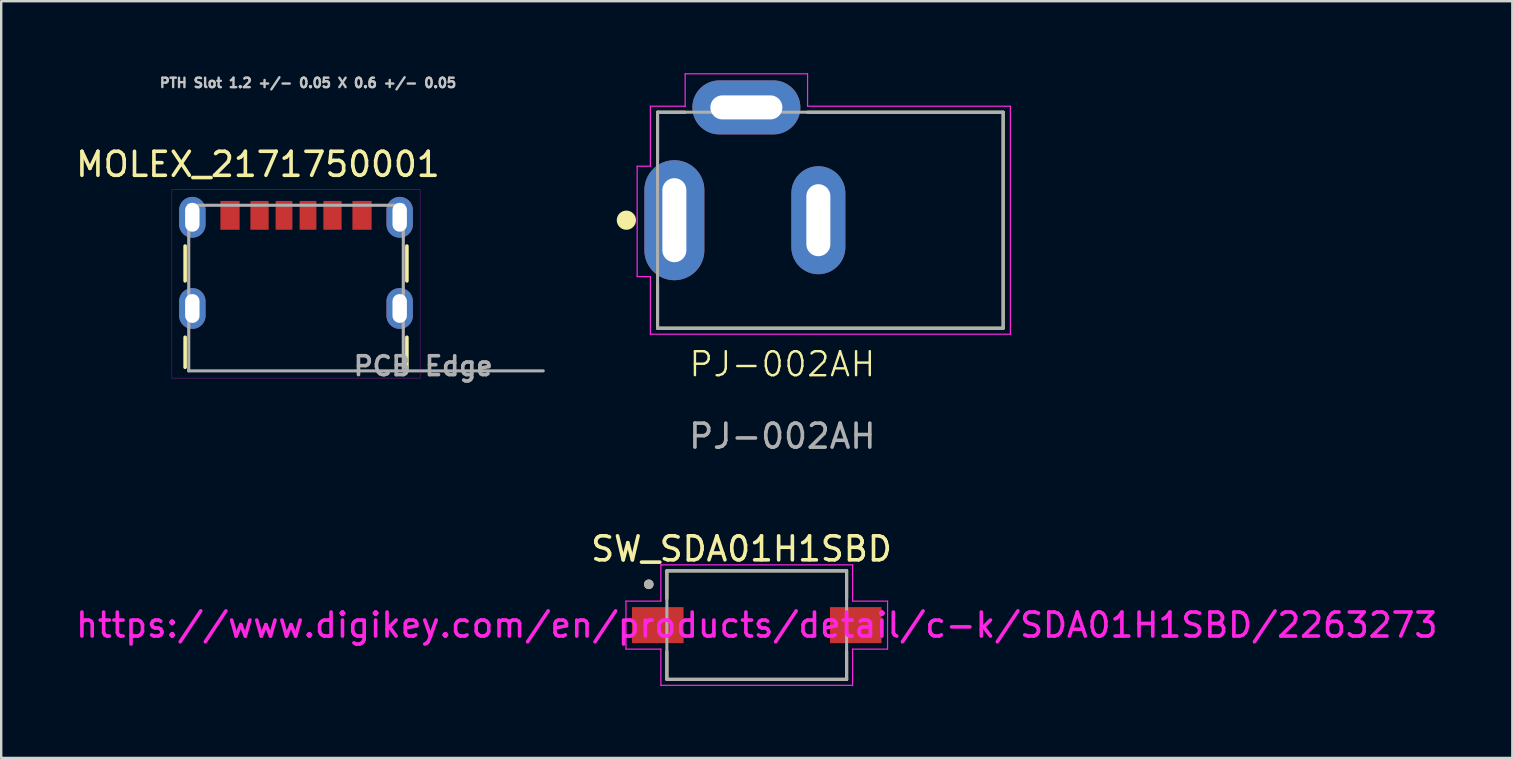
<source format=kicad_pcb>
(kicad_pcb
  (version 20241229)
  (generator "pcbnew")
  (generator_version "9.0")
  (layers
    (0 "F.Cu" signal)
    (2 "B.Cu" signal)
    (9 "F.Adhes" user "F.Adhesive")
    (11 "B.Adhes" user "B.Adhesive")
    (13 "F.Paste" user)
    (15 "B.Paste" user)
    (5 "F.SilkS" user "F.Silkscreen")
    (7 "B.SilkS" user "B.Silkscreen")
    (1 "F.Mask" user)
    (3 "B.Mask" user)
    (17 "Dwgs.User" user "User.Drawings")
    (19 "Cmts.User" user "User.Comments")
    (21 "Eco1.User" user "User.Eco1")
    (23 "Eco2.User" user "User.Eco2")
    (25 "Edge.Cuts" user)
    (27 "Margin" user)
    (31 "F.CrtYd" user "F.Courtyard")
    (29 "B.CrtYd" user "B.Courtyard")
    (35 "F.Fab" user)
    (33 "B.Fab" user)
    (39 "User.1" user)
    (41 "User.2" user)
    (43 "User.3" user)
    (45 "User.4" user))
  (footprint "PJ-002AH"
    (layer "F.Cu")
    (at 29.549 12.625)
    (property "Reference" "PJ-002AH" (at 0 -0.5 0) (unlocked yes) (layer "F.SilkS") (effects (font (size 1 1) (thickness 0.1))))
    (attr smd)
    (fp_line (start -5.2 -11) (end -4.05 -11) (stroke (width 0.127) (type solid)) (layer "F.SilkS"))
    (fp_line (start -5.2 -9.05) (end -5.2 -11) (stroke (width 0.127) (type solid)) (layer "F.SilkS"))
    (fp_line (start -5.2 -2) (end -5.2 -3.85) (stroke (width 0.127) (type solid)) (layer "F.SilkS"))
    (fp_line (start 1.05 -11) (end 9.2 -11) (stroke (width 0.127) (type solid)) (layer "F.SilkS"))
    (fp_line (start 9.2 -11) (end 9.2 -2) (stroke (width 0.127) (type solid)) (layer "F.SilkS"))
    (fp_line (start 9.2 -2) (end -5.2 -2) (stroke (width 0.127) (type solid)) (layer "F.SilkS"))
    (fp_circle (center -6.5 -6.5) (end -6.3 -6.5) (stroke (width 0.4) (type solid)) (fill no) (layer "F.SilkS"))
    (fp_line (start -6.05 -8.75) (end -6.05 -4.15) (stroke (width 0.05) (type solid)) (layer "F.CrtYd"))
    (fp_line (start -6.05 -4.15) (end -5.5 -4.15) (stroke (width 0.05) (type solid)) (layer "F.CrtYd"))
    (fp_line (start -5.5 -11.25) (end -4.05 -11.25) (stroke (width 0.05) (type solid)) (layer "F.CrtYd"))
    (fp_line (start -5.5 -8.75) (end -6.05 -8.75) (stroke (width 0.05) (type solid)) (layer "F.CrtYd"))
    (fp_line (start -5.5 -8.75) (end -5.5 -11.25) (stroke (width 0.05) (type solid)) (layer "F.CrtYd"))
    (fp_line (start -5.5 -1.75) (end -5.5 -4.15) (stroke (width 0.05) (type solid)) (layer "F.CrtYd"))
    (fp_line (start -4.05 -12.6) (end 1.05 -12.6) (stroke (width 0.05) (type solid)) (layer "F.CrtYd"))
    (fp_line (start -4.05 -11.25) (end -4.05 -12.6) (stroke (width 0.05) (type solid)) (layer "F.CrtYd"))
    (fp_line (start 1.05 -12.6) (end 1.05 -11.25) (stroke (width 0.05) (type solid)) (layer "F.CrtYd"))
    (fp_line (start 1.05 -11.25) (end 9.5 -11.25) (stroke (width 0.05) (type solid)) (layer "F.CrtYd"))
    (fp_line (start 9.5 -11.25) (end 9.5 -1.75) (stroke (width 0.05) (type solid)) (layer "F.CrtYd"))
    (fp_line (start 9.5 -1.75) (end -5.5 -1.75) (stroke (width 0.05) (type solid)) (layer "F.CrtYd"))
    (fp_line (start -5.2 -11) (end 9.2 -11) (stroke (width 0.127) (type solid)) (layer "F.Fab"))
    (fp_line (start -5.2 -2) (end -5.2 -11) (stroke (width 0.127) (type solid)) (layer "F.Fab"))
    (fp_line (start 9.2 -11) (end 9.2 -2) (stroke (width 0.127) (type solid)) (layer "F.Fab"))
    (fp_line (start 9.2 -2) (end -5.2 -2) (stroke (width 0.127) (type solid)) (layer "F.Fab"))
    (fp_text user "${REFERENCE}" (at 0 2.5 0) (unlocked yes) (layer "F.Fab") (effects (font (size 1 1) (thickness 0.15))))
    (pad "1" thru_hole oval (at -4.5 -6.5) (size 2.5 5) (drill oval 1 3.5) (layers "*.Cu" "*.Mask"))
    (pad "2" thru_hole oval (at 1.5 -6.5) (size 2.25 4.5) (drill oval 1 3) (layers "*.Cu" "*.Mask"))
    (pad "3" thru_hole oval (at -1.5 -11.2) (size 4.5 2.25) (drill oval 3 1) (layers "*.Cu" "*.Mask")))
  (footprint "SW_SDA01H1SBD"
    (layer "F.Cu")
    (at 28.482 22.997)
    (property "Reference" "SW_SDA01H1SBD" (at -0.635 -3.175 0) (layer "F.SilkS") (effects (font (size 1 1) (thickness 0.15))))
    (property "Digikey" "https://www.digikey.com/en/products/detail/c-k/SDA01H1SBD/2263273" (at 0 0 0) (layer "F.CrtYd") (effects (font (size 1 1) (thickness 0.15))))
    (attr smd)
    (fp_line (start -3.745 -2.26) (end 3.745 -2.26) (stroke (width 0.127) (type solid)) (layer "F.SilkS"))
    (fp_line (start -3.745 -1.1) (end -3.745 -2.26) (stroke (width 0.127) (type solid)) (layer "F.SilkS"))
    (fp_line (start -3.745 1.1) (end -3.745 2.26) (stroke (width 0.127) (type solid)) (layer "F.SilkS"))
    (fp_line (start -3.745 2.26) (end 3.745 2.26) (stroke (width 0.127) (type solid)) (layer "F.SilkS"))
    (fp_line (start 3.745 -2.26) (end 3.745 -1.1) (stroke (width 0.127) (type solid)) (layer "F.SilkS"))
    (fp_line (start 3.745 2.26) (end 3.745 1.1) (stroke (width 0.127) (type solid)) (layer "F.SilkS"))
    (fp_circle (center -4.5 -1.7) (end -4.4 -1.7) (stroke (width 0.2) (type solid)) (fill no) (layer "F.SilkS"))
    (fp_line (start -5.45 -1) (end -3.995 -1) (stroke (width 0.05) (type solid)) (layer "F.CrtYd"))
    (fp_line (start -5.45 1) (end -5.45 -1) (stroke (width 0.05) (type solid)) (layer "F.CrtYd"))
    (fp_line (start -3.995 -2.51) (end 3.995 -2.51) (stroke (width 0.05) (type solid)) (layer "F.CrtYd"))
    (fp_line (start -3.995 -1) (end -3.995 -2.51) (stroke (width 0.05) (type solid)) (layer "F.CrtYd"))
    (fp_line (start -3.995 1) (end -5.45 1) (stroke (width 0.05) (type solid)) (layer "F.CrtYd"))
    (fp_line (start -3.995 2.51) (end -3.995 1) (stroke (width 0.05) (type solid)) (layer "F.CrtYd"))
    (fp_line (start 3.995 -2.51) (end 3.995 -1) (stroke (width 0.05) (type solid)) (layer "F.CrtYd"))
    (fp_line (start 3.995 -1) (end 5.45 -1) (stroke (width 0.05) (type solid)) (layer "F.CrtYd"))
    (fp_line (start 3.995 1) (end 3.995 2.51) (stroke (width 0.05) (type solid)) (layer "F.CrtYd"))
    (fp_line (start 3.995 2.51) (end -3.995 2.51) (stroke (width 0.05) (type solid)) (layer "F.CrtYd"))
    (fp_line (start 5.45 -1) (end 5.45 1) (stroke (width 0.05) (type solid)) (layer "F.CrtYd"))
    (fp_line (start 5.45 1) (end 3.995 1) (stroke (width 0.05) (type solid)) (layer "F.CrtYd"))
    (fp_line (start -3.745 -2.26) (end 3.745 -2.26) (stroke (width 0.127) (type solid)) (layer "F.Fab"))
    (fp_line (start -3.745 2.26) (end -3.745 -2.26) (stroke (width 0.127) (type solid)) (layer "F.Fab"))
    (fp_line (start 3.745 -2.26) (end 3.745 2.26) (stroke (width 0.127) (type solid)) (layer "F.Fab"))
    (fp_line (start 3.745 2.26) (end -3.745 2.26) (stroke (width 0.127) (type solid)) (layer "F.Fab"))
    (fp_circle (center -4.5 -1.7) (end -4.4 -1.7) (stroke (width 0.2) (type solid)) (fill no) (layer "F.Fab"))
    (pad "COM1" smd rect (at -4.125 0) (size 2.15 1.5) (layers "F.Cu" "F.Mask" "F.Paste"))
    (pad "NO1" smd rect (at 4.125 0) (size 2.15 1.5) (layers "F.Cu" "F.Mask" "F.Paste")))
  (footprint "MOLEX_2171750001"
    (layer "F.Cu")
    (at 9.284 12.403)
    (property "Reference" "MOLEX_2171750001" (at -1.587 -8.605 0) (layer "F.SilkS") (effects (font (size 1 1) (thickness 0.15))))
    (attr smd)
    (fp_poly (pts (xy -3.213 -7.144) (xy -2.287 -7.144) (xy -2.287 -5.816) (xy -3.213 -5.816)) (stroke (width 0.01) (type solid)) (fill yes) (layer "F.Mask"))
    (fp_poly (pts (xy -1.964 -7.144) (xy -1.077 -7.144) (xy -1.077 -5.816) (xy -1.964 -5.816)) (stroke (width 0.01) (type solid)) (fill yes) (layer "F.Mask"))
    (fp_poly (pts (xy -0.913 -7.144) (xy -0.086 -7.144) (xy -0.086 -5.816) (xy -0.913 -5.816)) (stroke (width 0.01) (type solid)) (fill yes) (layer "F.Mask"))
    (fp_poly (pts (xy 0.086 -7.144) (xy 0.913 -7.144) (xy 0.913 -5.816) (xy 0.086 -5.816)) (stroke (width 0.01) (type solid)) (fill yes) (layer "F.Mask"))
    (fp_poly (pts (xy 1.077 -7.144) (xy 1.964 -7.144) (xy 1.964 -5.816) (xy 1.077 -5.816)) (stroke (width 0.01) (type solid)) (fill yes) (layer "F.Mask"))
    (fp_poly (pts (xy 2.287 -7.144) (xy 3.213 -7.144) (xy 3.213 -5.816) (xy 2.287 -5.816)) (stroke (width 0.01) (type solid)) (fill yes) (layer "F.Mask"))
    (fp_line (start -4.62 -3.75) (end -4.62 -5.2) (stroke (width 0.15) (type solid)) (layer "F.SilkS"))
    (fp_line (start -4.62 -0.15) (end -4.62 -1.4) (stroke (width 0.15) (type solid)) (layer "F.SilkS"))
    (fp_line (start 4.62 -3.75) (end 4.62 -5.2) (stroke (width 0.15) (type solid)) (layer "F.SilkS"))
    (fp_line (start 4.62 -0.15) (end 4.62 -1.4) (stroke (width 0.15) (type solid)) (layer "F.SilkS"))
    (fp_line (start -5.17 -7.55) (end -5.17 0.3) (stroke (width 0.01) (type solid)) (layer "F.CrtYd"))
    (fp_line (start -5.17 0.3) (end 5.17 0.3) (stroke (width 0.01) (type solid)) (layer "F.CrtYd"))
    (fp_line (start 5.17 -7.55) (end -5.17 -7.55) (stroke (width 0.01) (type solid)) (layer "F.CrtYd"))
    (fp_line (start 5.17 0.3) (end 5.17 -7.55) (stroke (width 0.01) (type solid)) (layer "F.CrtYd"))
    (fp_line (start -4.47 -6.9) (end 4.47 -6.9) (stroke (width 0.13) (type solid)) (layer "F.Fab"))
    (fp_line (start -4.47 0) (end -4.47 -6.9) (stroke (width 0.13) (type solid)) (layer "F.Fab"))
    (fp_line (start 4.47 -6.9) (end 4.47 0) (stroke (width 0.13) (type solid)) (layer "F.Fab"))
    (fp_line (start 4.47 0) (end -4.47 0) (stroke (width 0.13) (type solid)) (layer "F.Fab"))
    (fp_line (start 4.47 0) (end 10.3 0) (stroke (width 0.13) (type solid)) (layer "F.Fab"))
    (fp_text user "PTH Slot 1.2 +/- 0.05 X 0.6 +/- 0.05" (at 0.5 -12 0) (layer "Dwgs.User") (effects (font (size 0.394 0.394) (thickness 0.15))))
    (fp_text user "PCB Edge" (at 5.3 -0.2 0) (layer "F.Fab") (effects (font (size 0.787 0.787) (thickness 0.15))))
    (pad "A5" smd rect (at -0.5 -6.48) (size 0.7 1.2) (layers "F.Cu" "F.Paste"))
    (pad "A9" smd rect (at 1.52 -6.48) (size 0.76 1.2) (layers "F.Cu" "F.Paste"))
    (pad "A12" smd rect (at 2.75 -6.48) (size 0.8 1.2) (layers "F.Cu" "F.Paste"))
    (pad "B5" smd rect (at 0.5 -6.48) (size 0.7 1.2) (layers "F.Cu" "F.Paste"))
    (pad "B9" smd rect (at -1.52 -6.48) (size 0.76 1.2) (layers "F.Cu" "F.Paste"))
    (pad "B12" smd rect (at -2.75 -6.48) (size 0.8 1.2) (layers "F.Cu" "F.Paste"))
    (pad "SH1" thru_hole oval (at -4.32 -2.6) (size 1.1 1.7) (drill oval 0.6 1.2) (layers "*.Cu" "*.Mask"))
    (pad "SH2" thru_hole oval (at 4.32 -2.6) (size 1.1 1.7) (drill oval 0.6 1.2) (layers "*.Cu" "*.Mask"))
    (pad "SH3" thru_hole oval (at -4.32 -6.4) (size 1.1 1.7) (drill oval 0.6 1.2) (layers "*.Cu" "*.Mask"))
    (pad "SH4" thru_hole oval (at 4.32 -6.4) (size 1.1 1.7) (drill oval 0.6 1.2) (layers "*.Cu" "*.Mask")))
  (gr_rect
    (start -3 -3)
    (end 59.964 28.532)
    (stroke (width 0.1) (type default))
    (fill no)
    (layer "Edge.Cuts")))
</source>
